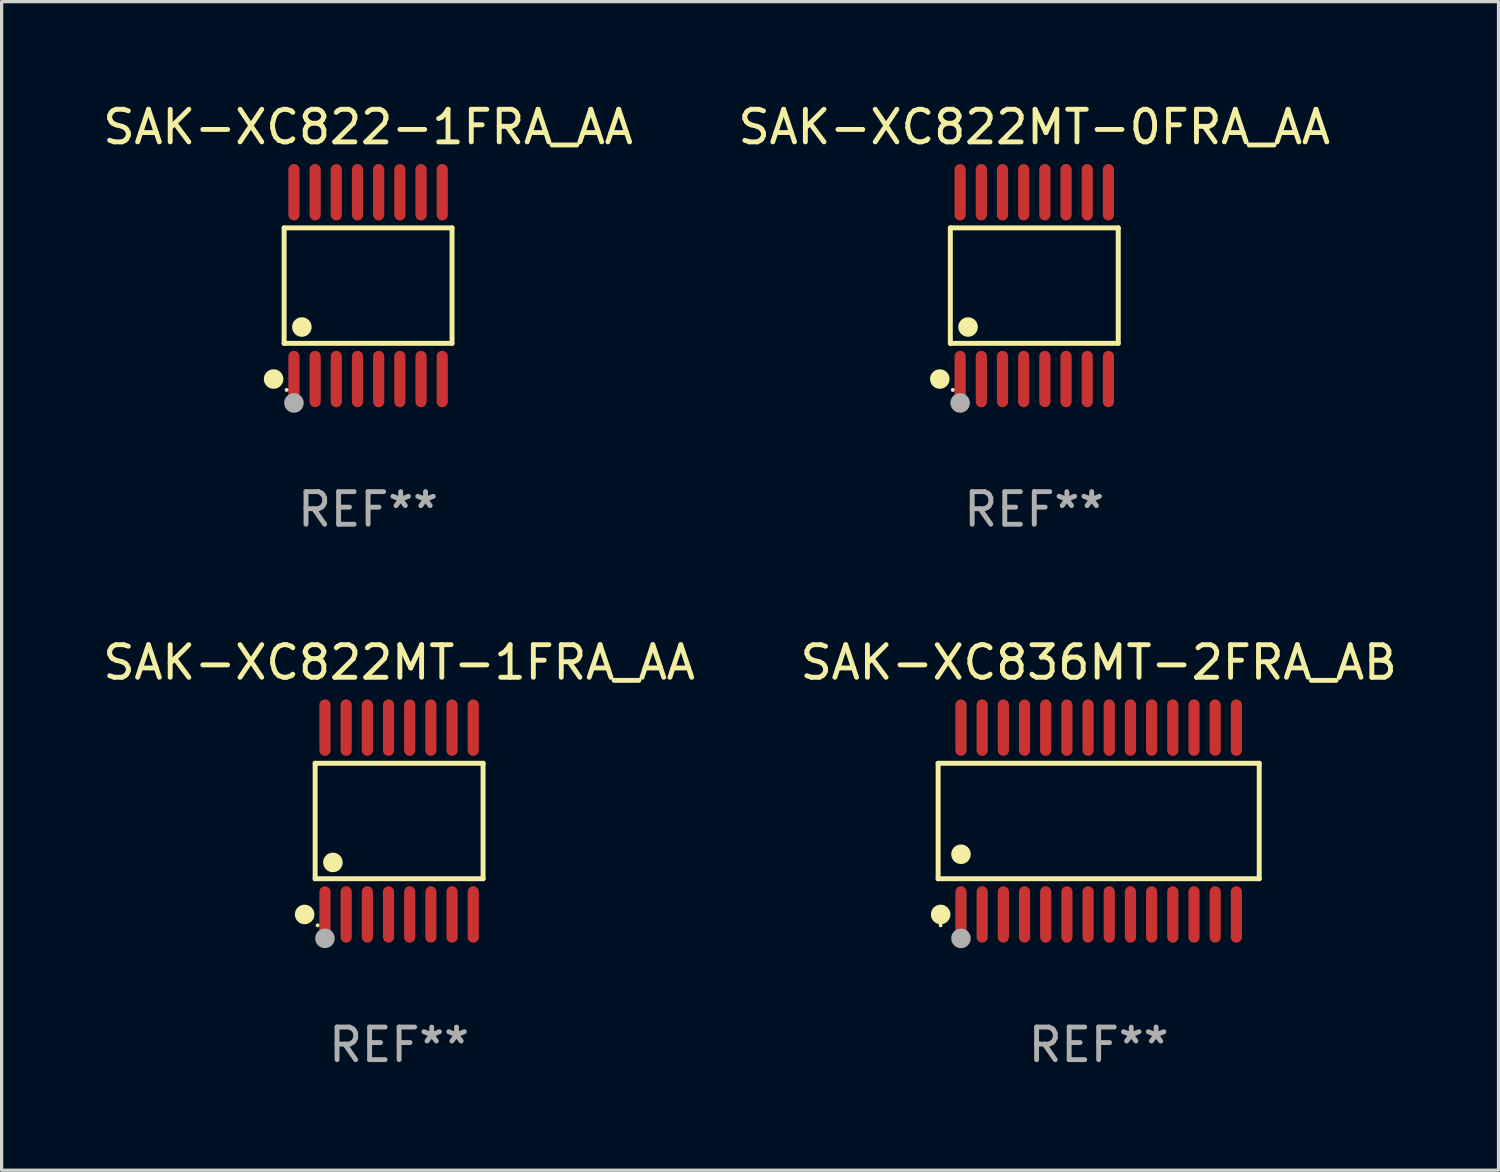
<source format=kicad_pcb>
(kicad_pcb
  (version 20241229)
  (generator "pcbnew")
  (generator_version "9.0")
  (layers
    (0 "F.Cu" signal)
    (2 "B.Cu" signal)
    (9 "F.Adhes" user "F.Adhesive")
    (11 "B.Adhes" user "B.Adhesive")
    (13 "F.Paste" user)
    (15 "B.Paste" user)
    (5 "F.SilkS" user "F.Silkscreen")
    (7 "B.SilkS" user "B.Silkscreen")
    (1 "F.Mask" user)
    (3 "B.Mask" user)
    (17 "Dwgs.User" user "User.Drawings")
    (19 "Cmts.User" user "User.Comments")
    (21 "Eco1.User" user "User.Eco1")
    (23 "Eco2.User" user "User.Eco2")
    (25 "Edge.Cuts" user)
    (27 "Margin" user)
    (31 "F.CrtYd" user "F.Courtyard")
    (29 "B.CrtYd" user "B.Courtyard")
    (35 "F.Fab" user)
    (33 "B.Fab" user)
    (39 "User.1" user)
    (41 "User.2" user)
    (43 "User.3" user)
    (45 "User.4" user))
  (footprint "SAK-XC822-1FRA_AA"
    (layer "F.Cu")
    (at 8.244 5.714)
    (property "Reference" "SAK-XC822-1FRA_AA" (at 0 -4.866 0) (layer "F.SilkS") (effects (font (size 1 1) (thickness 0.15))))
    (attr through_hole)
    (fp_line (start -2.576 -1.772) (end 2.576 -1.772) (stroke (width 0.152) (type solid)) (layer "F.SilkS"))
    (fp_line (start -2.576 1.771) (end -2.576 -1.772) (stroke (width 0.152) (type solid)) (layer "F.SilkS"))
    (fp_line (start 2.576 -1.772) (end 2.576 1.771) (stroke (width 0.152) (type solid)) (layer "F.SilkS"))
    (fp_line (start 2.576 1.771) (end -2.576 1.771) (stroke (width 0.152) (type solid)) (layer "F.SilkS"))
    (fp_circle (center -2.899 2.866) (end -2.749 2.866) (stroke (width 0.3) (type solid)) (fill no) (layer "F.SilkS"))
    (fp_circle (center -2.5 3.2) (end -2.47 3.2) (stroke (width 0.06) (type solid)) (fill no) (layer "F.SilkS"))
    (fp_circle (center -2.032 1.27) (end -1.882 1.27) (stroke (width 0.3) (type solid)) (fill no) (layer "F.SilkS"))
    (fp_circle (center -2.275 3.6) (end -2.125 3.6) (stroke (width 0.3) (type solid)) (fill no) (layer "F.Fab"))
    (fp_text user "REF**" (at 0 6.866 0) (layer "F.Fab") (effects (font (size 1 1) (thickness 0.15))))
    (pad "1" smd oval (at -2.275 2.866) (size 0.343 1.731) (layers "F.Cu" "F.Mask" "F.Paste"))
    (pad "2" smd oval (at -1.625 2.866) (size 0.343 1.731) (layers "F.Cu" "F.Mask" "F.Paste"))
    (pad "3" smd oval (at -0.975 2.866) (size 0.343 1.731) (layers "F.Cu" "F.Mask" "F.Paste"))
    (pad "4" smd oval (at -0.325 2.866) (size 0.343 1.731) (layers "F.Cu" "F.Mask" "F.Paste"))
    (pad "5" smd oval (at 0.325 2.866) (size 0.343 1.731) (layers "F.Cu" "F.Mask" "F.Paste"))
    (pad "6" smd oval (at 0.975 2.866) (size 0.343 1.731) (layers "F.Cu" "F.Mask" "F.Paste"))
    (pad "7" smd oval (at 1.625 2.866) (size 0.343 1.731) (layers "F.Cu" "F.Mask" "F.Paste"))
    (pad "8" smd oval (at 2.275 2.866) (size 0.343 1.731) (layers "F.Cu" "F.Mask" "F.Paste"))
    (pad "9" smd oval (at 2.275 -2.866) (size 0.343 1.731) (layers "F.Cu" "F.Mask" "F.Paste"))
    (pad "10" smd oval (at 1.625 -2.866) (size 0.343 1.731) (layers "F.Cu" "F.Mask" "F.Paste"))
    (pad "11" smd oval (at 0.975 -2.866) (size 0.343 1.731) (layers "F.Cu" "F.Mask" "F.Paste"))
    (pad "12" smd oval (at 0.325 -2.866) (size 0.343 1.731) (layers "F.Cu" "F.Mask" "F.Paste"))
    (pad "13" smd oval (at -0.325 -2.866) (size 0.343 1.731) (layers "F.Cu" "F.Mask" "F.Paste"))
    (pad "14" smd oval (at -0.975 -2.866) (size 0.343 1.731) (layers "F.Cu" "F.Mask" "F.Paste"))
    (pad "15" smd oval (at -1.625 -2.866) (size 0.343 1.731) (layers "F.Cu" "F.Mask" "F.Paste"))
    (pad "16" smd oval (at -2.275 -2.866) (size 0.343 1.731) (layers "F.Cu" "F.Mask" "F.Paste")))
  (footprint "SAK-XC836MT-2FRA_AB"
    (layer "F.Cu")
    (at 30.661 22.142)
    (property "Reference" "SAK-XC836MT-2FRA_AB" (at 0 -4.866 0) (layer "F.SilkS") (effects (font (size 1 1) (thickness 0.15))))
    (attr through_hole)
    (fp_line (start -4.926 -1.772) (end 4.926 -1.772) (stroke (width 0.152) (type solid)) (layer "F.SilkS"))
    (fp_line (start -4.926 1.771) (end -4.926 -1.772) (stroke (width 0.152) (type solid)) (layer "F.SilkS"))
    (fp_line (start 4.926 -1.772) (end 4.926 1.771) (stroke (width 0.152) (type solid)) (layer "F.SilkS"))
    (fp_line (start 4.926 1.771) (end -4.926 1.771) (stroke (width 0.152) (type solid)) (layer "F.SilkS"))
    (fp_circle (center -4.85 3.2) (end -4.82 3.2) (stroke (width 0.06) (type solid)) (fill no) (layer "F.SilkS"))
    (fp_circle (center -4.849 2.866) (end -4.699 2.866) (stroke (width 0.3) (type solid)) (fill no) (layer "F.SilkS"))
    (fp_circle (center -4.225 1.019) (end -4.075 1.019) (stroke (width 0.3) (type solid)) (fill no) (layer "F.SilkS"))
    (fp_circle (center -4.225 3.6) (end -4.075 3.6) (stroke (width 0.3) (type solid)) (fill no) (layer "F.Fab"))
    (fp_text user "REF**" (at 0 6.866 0) (layer "F.Fab") (effects (font (size 1 1) (thickness 0.15))))
    (pad "1" smd oval (at -4.225 2.866) (size 0.343 1.731) (layers "F.Cu" "F.Mask" "F.Paste"))
    (pad "2" smd oval (at -3.575 2.866) (size 0.343 1.731) (layers "F.Cu" "F.Mask" "F.Paste"))
    (pad "3" smd oval (at -2.925 2.866) (size 0.343 1.731) (layers "F.Cu" "F.Mask" "F.Paste"))
    (pad "4" smd oval (at -2.275 2.866) (size 0.343 1.731) (layers "F.Cu" "F.Mask" "F.Paste"))
    (pad "5" smd oval (at -1.625 2.866) (size 0.343 1.731) (layers "F.Cu" "F.Mask" "F.Paste"))
    (pad "6" smd oval (at -0.975 2.866) (size 0.343 1.731) (layers "F.Cu" "F.Mask" "F.Paste"))
    (pad "7" smd oval (at -0.325 2.866) (size 0.343 1.731) (layers "F.Cu" "F.Mask" "F.Paste"))
    (pad "8" smd oval (at 0.325 2.866) (size 0.343 1.731) (layers "F.Cu" "F.Mask" "F.Paste"))
    (pad "9" smd oval (at 0.975 2.866) (size 0.343 1.731) (layers "F.Cu" "F.Mask" "F.Paste"))
    (pad "10" smd oval (at 1.625 2.866) (size 0.343 1.731) (layers "F.Cu" "F.Mask" "F.Paste"))
    (pad "11" smd oval (at 2.275 2.866) (size 0.343 1.731) (layers "F.Cu" "F.Mask" "F.Paste"))
    (pad "12" smd oval (at 2.925 2.866) (size 0.343 1.731) (layers "F.Cu" "F.Mask" "F.Paste"))
    (pad "13" smd oval (at 3.575 2.866) (size 0.343 1.731) (layers "F.Cu" "F.Mask" "F.Paste"))
    (pad "14" smd oval (at 4.225 2.866) (size 0.343 1.731) (layers "F.Cu" "F.Mask" "F.Paste"))
    (pad "15" smd oval (at 4.225 -2.866) (size 0.343 1.731) (layers "F.Cu" "F.Mask" "F.Paste"))
    (pad "16" smd oval (at 3.575 -2.866) (size 0.343 1.731) (layers "F.Cu" "F.Mask" "F.Paste"))
    (pad "17" smd oval (at 2.925 -2.866) (size 0.343 1.731) (layers "F.Cu" "F.Mask" "F.Paste"))
    (pad "18" smd oval (at 2.275 -2.866) (size 0.343 1.731) (layers "F.Cu" "F.Mask" "F.Paste"))
    (pad "19" smd oval (at 1.625 -2.866) (size 0.343 1.731) (layers "F.Cu" "F.Mask" "F.Paste"))
    (pad "20" smd oval (at 0.975 -2.866) (size 0.343 1.731) (layers "F.Cu" "F.Mask" "F.Paste"))
    (pad "21" smd oval (at 0.325 -2.866) (size 0.343 1.731) (layers "F.Cu" "F.Mask" "F.Paste"))
    (pad "22" smd oval (at -0.325 -2.866) (size 0.343 1.731) (layers "F.Cu" "F.Mask" "F.Paste"))
    (pad "23" smd oval (at -0.975 -2.866) (size 0.343 1.731) (layers "F.Cu" "F.Mask" "F.Paste"))
    (pad "24" smd oval (at -1.625 -2.866) (size 0.343 1.731) (layers "F.Cu" "F.Mask" "F.Paste"))
    (pad "25" smd oval (at -2.275 -2.866) (size 0.343 1.731) (layers "F.Cu" "F.Mask" "F.Paste"))
    (pad "26" smd oval (at -2.925 -2.866) (size 0.343 1.731) (layers "F.Cu" "F.Mask" "F.Paste"))
    (pad "27" smd oval (at -3.575 -2.866) (size 0.343 1.731) (layers "F.Cu" "F.Mask" "F.Paste"))
    (pad "28" smd oval (at -4.225 -2.866) (size 0.343 1.731) (layers "F.Cu" "F.Mask" "F.Paste")))
  (footprint "SAK-XC822MT-0FRA_AA"
    (layer "F.Cu")
    (at 28.685 5.714)
    (property "Reference" "SAK-XC822MT-0FRA_AA" (at 0 -4.866 0) (layer "F.SilkS") (effects (font (size 1 1) (thickness 0.15))))
    (attr through_hole)
    (fp_line (start -2.576 -1.772) (end 2.576 -1.772) (stroke (width 0.152) (type solid)) (layer "F.SilkS"))
    (fp_line (start -2.576 1.771) (end -2.576 -1.772) (stroke (width 0.152) (type solid)) (layer "F.SilkS"))
    (fp_line (start 2.576 -1.772) (end 2.576 1.771) (stroke (width 0.152) (type solid)) (layer "F.SilkS"))
    (fp_line (start 2.576 1.771) (end -2.576 1.771) (stroke (width 0.152) (type solid)) (layer "F.SilkS"))
    (fp_circle (center -2.899 2.866) (end -2.749 2.866) (stroke (width 0.3) (type solid)) (fill no) (layer "F.SilkS"))
    (fp_circle (center -2.5 3.2) (end -2.47 3.2) (stroke (width 0.06) (type solid)) (fill no) (layer "F.SilkS"))
    (fp_circle (center -2.032 1.27) (end -1.882 1.27) (stroke (width 0.3) (type solid)) (fill no) (layer "F.SilkS"))
    (fp_circle (center -2.275 3.6) (end -2.125 3.6) (stroke (width 0.3) (type solid)) (fill no) (layer "F.Fab"))
    (fp_text user "REF**" (at 0 6.866 0) (layer "F.Fab") (effects (font (size 1 1) (thickness 0.15))))
    (pad "1" smd oval (at -2.275 2.866) (size 0.343 1.731) (layers "F.Cu" "F.Mask" "F.Paste"))
    (pad "2" smd oval (at -1.625 2.866) (size 0.343 1.731) (layers "F.Cu" "F.Mask" "F.Paste"))
    (pad "3" smd oval (at -0.975 2.866) (size 0.343 1.731) (layers "F.Cu" "F.Mask" "F.Paste"))
    (pad "4" smd oval (at -0.325 2.866) (size 0.343 1.731) (layers "F.Cu" "F.Mask" "F.Paste"))
    (pad "5" smd oval (at 0.325 2.866) (size 0.343 1.731) (layers "F.Cu" "F.Mask" "F.Paste"))
    (pad "6" smd oval (at 0.975 2.866) (size 0.343 1.731) (layers "F.Cu" "F.Mask" "F.Paste"))
    (pad "7" smd oval (at 1.625 2.866) (size 0.343 1.731) (layers "F.Cu" "F.Mask" "F.Paste"))
    (pad "8" smd oval (at 2.275 2.866) (size 0.343 1.731) (layers "F.Cu" "F.Mask" "F.Paste"))
    (pad "9" smd oval (at 2.275 -2.866) (size 0.343 1.731) (layers "F.Cu" "F.Mask" "F.Paste"))
    (pad "10" smd oval (at 1.625 -2.866) (size 0.343 1.731) (layers "F.Cu" "F.Mask" "F.Paste"))
    (pad "11" smd oval (at 0.975 -2.866) (size 0.343 1.731) (layers "F.Cu" "F.Mask" "F.Paste"))
    (pad "12" smd oval (at 0.325 -2.866) (size 0.343 1.731) (layers "F.Cu" "F.Mask" "F.Paste"))
    (pad "13" smd oval (at -0.325 -2.866) (size 0.343 1.731) (layers "F.Cu" "F.Mask" "F.Paste"))
    (pad "14" smd oval (at -0.975 -2.866) (size 0.343 1.731) (layers "F.Cu" "F.Mask" "F.Paste"))
    (pad "15" smd oval (at -1.625 -2.866) (size 0.343 1.731) (layers "F.Cu" "F.Mask" "F.Paste"))
    (pad "16" smd oval (at -2.275 -2.866) (size 0.343 1.731) (layers "F.Cu" "F.Mask" "F.Paste")))
  (footprint "SAK-XC822MT-1FRA_AA"
    (layer "F.Cu")
    (at 9.196 22.142)
    (property "Reference" "SAK-XC822MT-1FRA_AA" (at 0 -4.866 0) (layer "F.SilkS") (effects (font (size 1 1) (thickness 0.15))))
    (attr through_hole)
    (fp_line (start -2.576 -1.772) (end 2.576 -1.772) (stroke (width 0.152) (type solid)) (layer "F.SilkS"))
    (fp_line (start -2.576 1.771) (end -2.576 -1.772) (stroke (width 0.152) (type solid)) (layer "F.SilkS"))
    (fp_line (start 2.576 -1.772) (end 2.576 1.771) (stroke (width 0.152) (type solid)) (layer "F.SilkS"))
    (fp_line (start 2.576 1.771) (end -2.576 1.771) (stroke (width 0.152) (type solid)) (layer "F.SilkS"))
    (fp_circle (center -2.899 2.866) (end -2.749 2.866) (stroke (width 0.3) (type solid)) (fill no) (layer "F.SilkS"))
    (fp_circle (center -2.5 3.2) (end -2.47 3.2) (stroke (width 0.06) (type solid)) (fill no) (layer "F.SilkS"))
    (fp_circle (center -2.032 1.27) (end -1.882 1.27) (stroke (width 0.3) (type solid)) (fill no) (layer "F.SilkS"))
    (fp_circle (center -2.275 3.6) (end -2.125 3.6) (stroke (width 0.3) (type solid)) (fill no) (layer "F.Fab"))
    (fp_text user "REF**" (at 0 6.866 0) (layer "F.Fab") (effects (font (size 1 1) (thickness 0.15))))
    (pad "1" smd oval (at -2.275 2.866) (size 0.343 1.731) (layers "F.Cu" "F.Mask" "F.Paste"))
    (pad "2" smd oval (at -1.625 2.866) (size 0.343 1.731) (layers "F.Cu" "F.Mask" "F.Paste"))
    (pad "3" smd oval (at -0.975 2.866) (size 0.343 1.731) (layers "F.Cu" "F.Mask" "F.Paste"))
    (pad "4" smd oval (at -0.325 2.866) (size 0.343 1.731) (layers "F.Cu" "F.Mask" "F.Paste"))
    (pad "5" smd oval (at 0.325 2.866) (size 0.343 1.731) (layers "F.Cu" "F.Mask" "F.Paste"))
    (pad "6" smd oval (at 0.975 2.866) (size 0.343 1.731) (layers "F.Cu" "F.Mask" "F.Paste"))
    (pad "7" smd oval (at 1.625 2.866) (size 0.343 1.731) (layers "F.Cu" "F.Mask" "F.Paste"))
    (pad "8" smd oval (at 2.275 2.866) (size 0.343 1.731) (layers "F.Cu" "F.Mask" "F.Paste"))
    (pad "9" smd oval (at 2.275 -2.866) (size 0.343 1.731) (layers "F.Cu" "F.Mask" "F.Paste"))
    (pad "10" smd oval (at 1.625 -2.866) (size 0.343 1.731) (layers "F.Cu" "F.Mask" "F.Paste"))
    (pad "11" smd oval (at 0.975 -2.866) (size 0.343 1.731) (layers "F.Cu" "F.Mask" "F.Paste"))
    (pad "12" smd oval (at 0.325 -2.866) (size 0.343 1.731) (layers "F.Cu" "F.Mask" "F.Paste"))
    (pad "13" smd oval (at -0.325 -2.866) (size 0.343 1.731) (layers "F.Cu" "F.Mask" "F.Paste"))
    (pad "14" smd oval (at -0.975 -2.866) (size 0.343 1.731) (layers "F.Cu" "F.Mask" "F.Paste"))
    (pad "15" smd oval (at -1.625 -2.866) (size 0.343 1.731) (layers "F.Cu" "F.Mask" "F.Paste"))
    (pad "16" smd oval (at -2.275 -2.866) (size 0.343 1.731) (layers "F.Cu" "F.Mask" "F.Paste")))
  (gr_rect
    (start -3 -3)
    (end 42.929 32.856)
    (stroke (width 0.1) (type default))
    (fill no)
    (layer "Edge.Cuts")))
</source>
